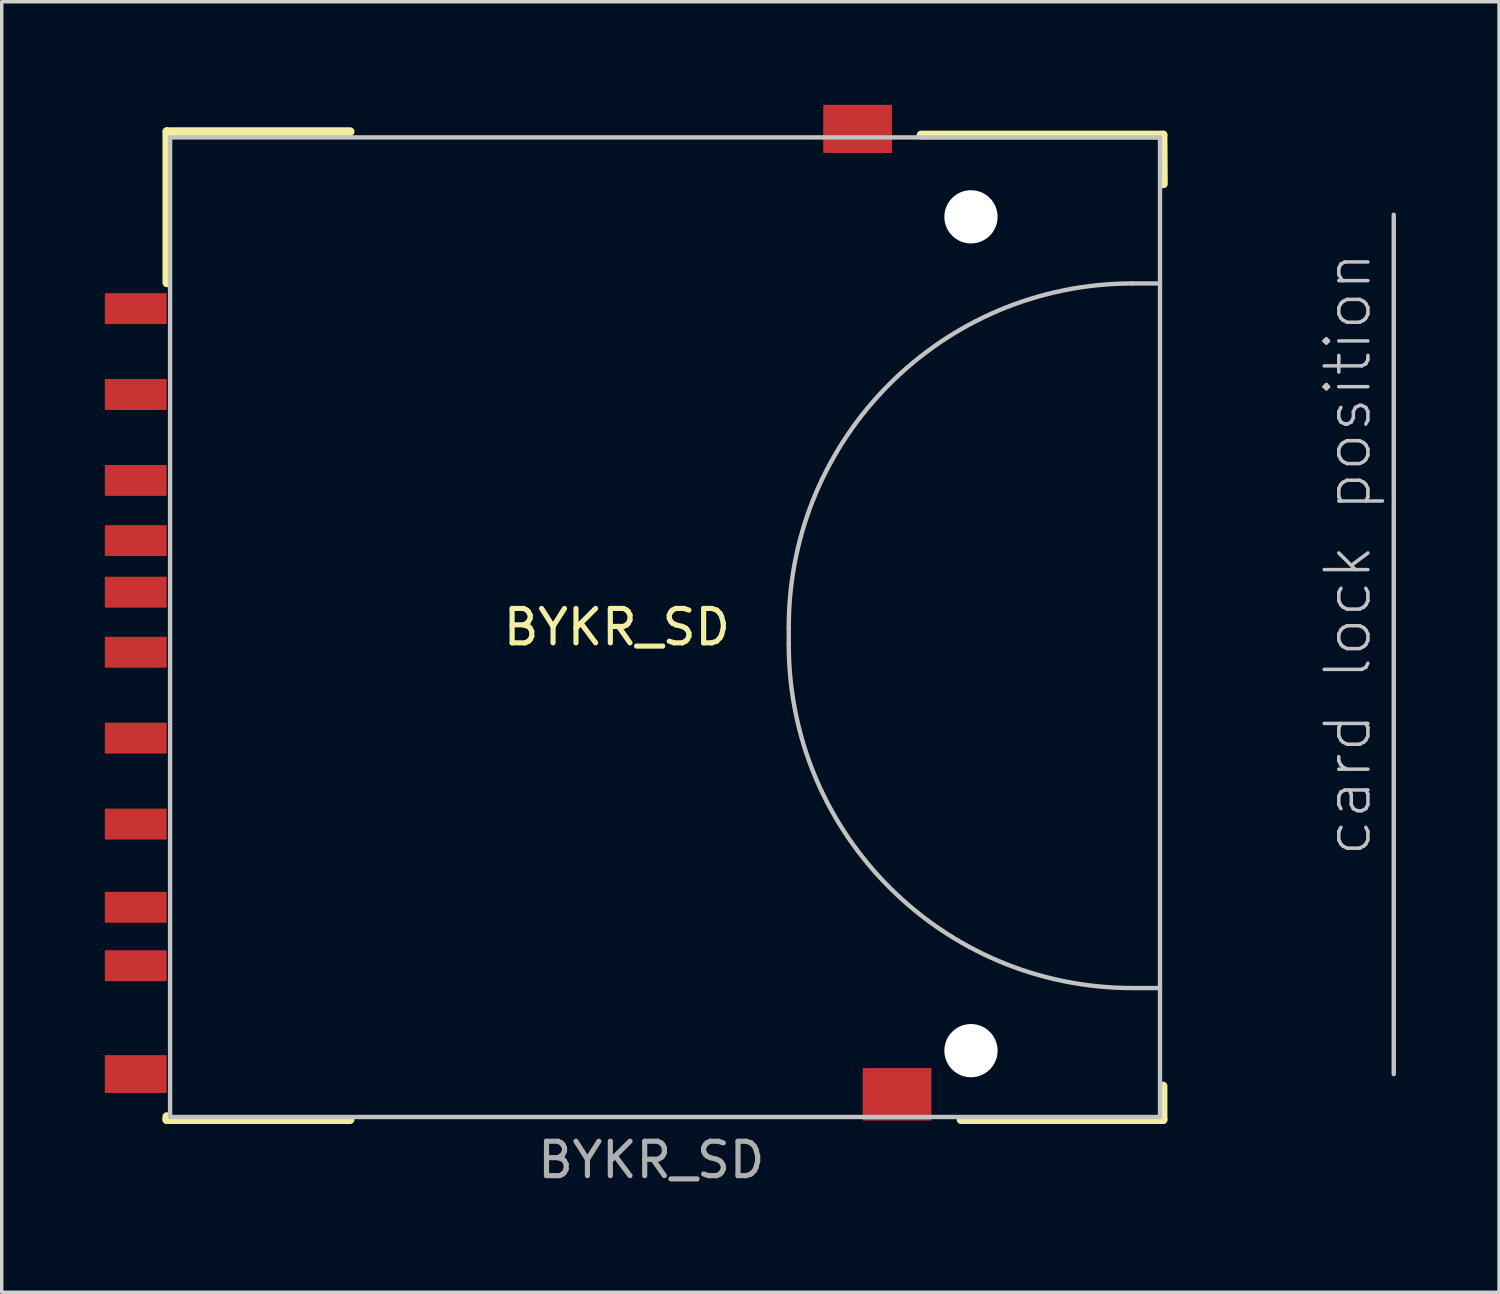
<source format=kicad_pcb>
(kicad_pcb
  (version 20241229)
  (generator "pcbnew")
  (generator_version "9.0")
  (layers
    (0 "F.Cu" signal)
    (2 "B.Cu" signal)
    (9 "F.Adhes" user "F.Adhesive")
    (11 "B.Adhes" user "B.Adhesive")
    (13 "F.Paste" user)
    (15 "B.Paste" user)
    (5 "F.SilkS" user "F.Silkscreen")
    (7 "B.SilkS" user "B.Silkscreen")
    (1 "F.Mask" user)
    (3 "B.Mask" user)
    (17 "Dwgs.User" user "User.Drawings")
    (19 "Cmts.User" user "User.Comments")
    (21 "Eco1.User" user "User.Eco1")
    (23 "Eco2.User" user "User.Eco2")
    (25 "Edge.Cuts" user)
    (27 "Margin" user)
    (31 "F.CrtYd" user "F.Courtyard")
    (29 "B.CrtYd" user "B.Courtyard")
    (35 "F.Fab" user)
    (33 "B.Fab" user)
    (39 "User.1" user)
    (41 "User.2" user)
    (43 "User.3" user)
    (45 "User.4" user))
  (footprint "BYKR_SD"
    (layer "F.Cu")
    (at 14.896 15.196)
    (property "Reference" "BYKR_SD" (at 0 0 0) (unlocked yes) (layer "F.SilkS") (effects (font (size 1 1) (thickness 0.15))))
    (attr smd)
    (fp_line (start -13.092 -14.417) (end -7.761 -14.417) (stroke (width 0.254) (type solid)) (layer "F.SilkS"))
    (fp_line (start -13.092 -10.018) (end -13.092 -14.417) (stroke (width 0.254) (type solid)) (layer "F.SilkS"))
    (fp_line (start -13.092 14.237) (end -13.092 14.326) (stroke (width 0.254) (type solid)) (layer "F.SilkS"))
    (fp_line (start -13.092 14.326) (end -7.761 14.326) (stroke (width 0.254) (type solid)) (layer "F.SilkS"))
    (fp_line (start 8.848 -14.318) (end 15.889 -14.318) (stroke (width 0.254) (type solid)) (layer "F.SilkS"))
    (fp_line (start 10.011 14.326) (end 15.889 14.326) (stroke (width 0.254) (type solid)) (layer "F.SilkS"))
    (fp_line (start 15.889 -14.318) (end 15.899 -12.898) (stroke (width 0.254) (type solid)) (layer "F.SilkS"))
    (fp_line (start 15.889 14.326) (end 15.889 13.348) (stroke (width 0.254) (type solid)) (layer "F.SilkS"))
    (fp_line (start -12.998 -14.249) (end 15.8 -14.249) (stroke (width 0.127) (type solid)) (layer "Dwgs.User"))
    (fp_line (start -12.998 14.249) (end -12.998 -14.249) (stroke (width 0.127) (type solid)) (layer "Dwgs.User"))
    (fp_line (start 5 0) (end 5 0.498) (stroke (width 0.127) (type solid)) (layer "Dwgs.User"))
    (fp_line (start 15 10.498) (end 15.8 10.498) (stroke (width 0.127) (type solid)) (layer "Dwgs.User"))
    (fp_line (start 15.8 -14.249) (end 15.8 -10) (stroke (width 0.127) (type solid)) (layer "Dwgs.User"))
    (fp_line (start 15.8 -10) (end 15 -10) (stroke (width 0.127) (type solid)) (layer "Dwgs.User"))
    (fp_line (start 15.8 -10) (end 15.8 10.498) (stroke (width 0.127) (type solid)) (layer "Dwgs.User"))
    (fp_line (start 15.8 10.498) (end 15.8 14.249) (stroke (width 0.127) (type solid)) (layer "Dwgs.User"))
    (fp_line (start 15.8 14.249) (end -12.998 14.249) (stroke (width 0.127) (type solid)) (layer "Dwgs.User"))
    (fp_line (start 22.6 -11.999) (end 22.6 13) (stroke (width 0.127) (type solid)) (layer "Dwgs.User"))
    (fp_arc (start 5 0) (mid 7.928926 -7.071054) (end 14.99998 -9.99998) (stroke (width 0.127) (type solid)) (layer "Dwgs.User"))
    (fp_arc (start 14.99998 10.49782) (mid 7.928926 7.568894) (end 5 0.49784) (stroke (width 0.127) (type solid)) (layer "Dwgs.User"))
    (fp_text user "card lock position" (at 21.266 -2.129 90) (layer "Dwgs.User") (effects (font (size 1.27 1.27) (thickness 0.102))))
    (fp_text user "${REFERENCE}" (at 1 15.5 0) (unlocked yes) (layer "F.Fab") (effects (font (size 1 1) (thickness 0.15))))
    (pad "" np_thru_hole circle (at 10.301 -11.938) (size 1.549 1.549) (drill 1.549) (layers "*.Cu" "*.Mask"))
    (pad "" np_thru_hole circle (at 10.301 12.319) (size 1.549 1.549) (drill 1.549) (layers "*.Cu" "*.Mask"))
    (pad "1" smd rect (at -13.997 -6.769) (size 1.798 0.899) (layers "F.Cu" "F.Mask" "F.Paste"))
    (pad "2" smd rect (at -13.997 -4.27) (size 1.798 0.899) (layers "F.Cu" "F.Mask" "F.Paste"))
    (pad "3" smd rect (at -13.997 -2.52) (size 1.798 0.899) (layers "F.Cu" "F.Mask" "F.Paste"))
    (pad "4" smd rect (at -13.997 0.729) (size 1.798 0.899) (layers "F.Cu" "F.Mask" "F.Paste"))
    (pad "5" smd rect (at -13.997 3.228) (size 1.798 0.899) (layers "F.Cu" "F.Mask" "F.Paste"))
    (pad "6" smd rect (at -13.997 5.728) (size 1.798 0.899) (layers "F.Cu" "F.Mask" "F.Paste"))
    (pad "7" smd rect (at -13.997 8.148) (size 1.798 0.899) (layers "F.Cu" "F.Mask" "F.Paste"))
    (pad "8" smd rect (at -13.997 9.848) (size 1.798 0.899) (layers "F.Cu" "F.Mask" "F.Paste"))
    (pad "9" smd rect (at -13.997 -9.268) (size 1.798 0.899) (layers "F.Cu" "F.Mask" "F.Paste"))
    (pad "10" smd rect (at -13.997 -1.019) (size 1.798 0.899) (layers "F.Cu" "F.Mask" "F.Paste"))
    (pad "11" smd rect (at -13.997 13) (size 1.798 1.1) (layers "F.Cu" "F.Mask" "F.Paste"))
    (pad "12" smd rect (at 7.002 -14.496) (size 1.999 1.4) (layers "F.Cu" "F.Mask" "F.Paste"))
    (pad "13" smd rect (at 8.15 13.589) (size 1.999 1.527) (layers "F.Cu" "F.Mask" "F.Paste")))
  (gr_rect
    (start -3 -3)
    (end 40.559 34.544)
    (stroke (width 0.1) (type default))
    (fill no)
    (layer "Edge.Cuts")))
</source>
